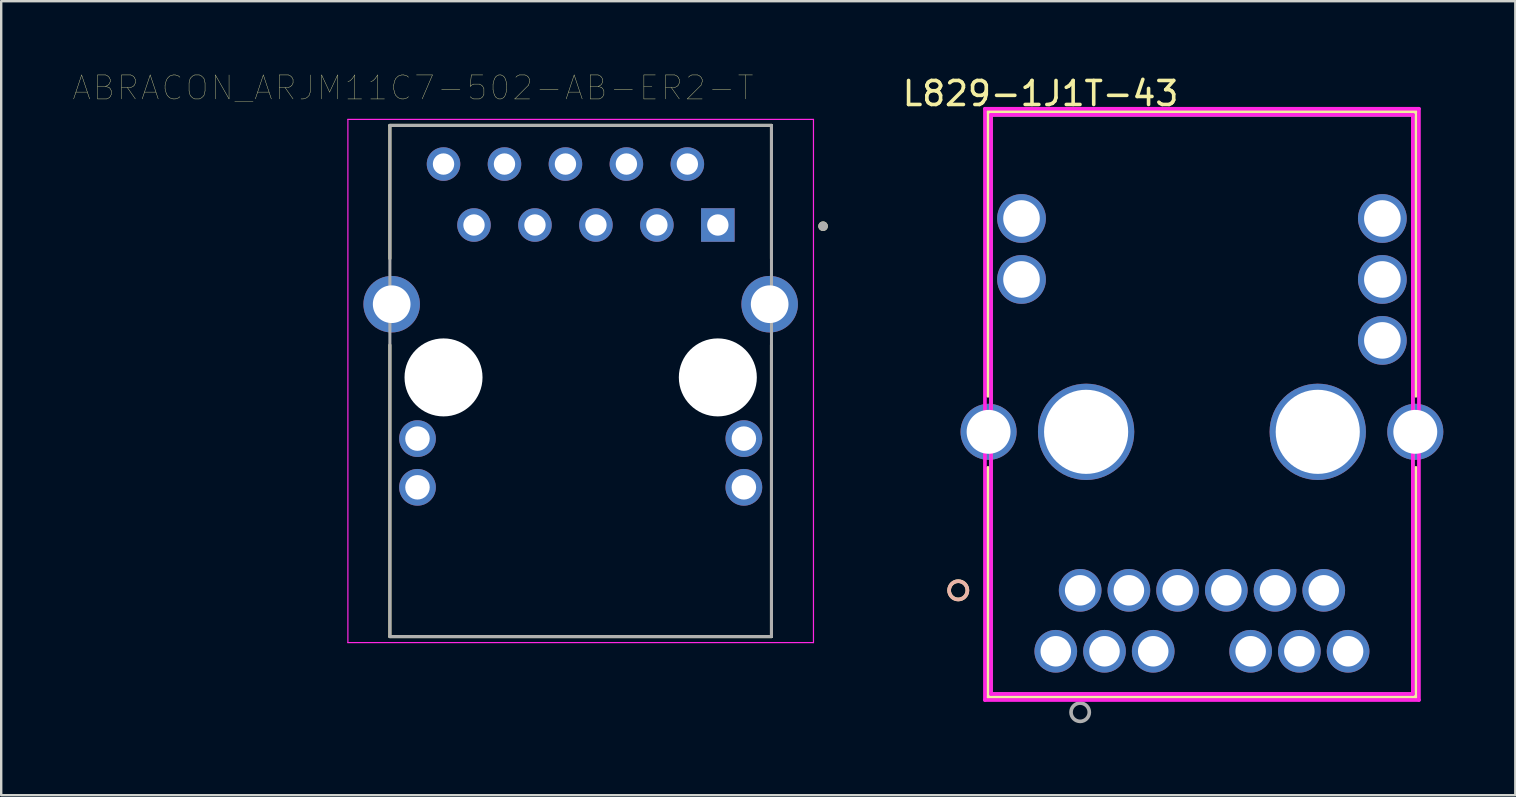
<source format=kicad_pcb>
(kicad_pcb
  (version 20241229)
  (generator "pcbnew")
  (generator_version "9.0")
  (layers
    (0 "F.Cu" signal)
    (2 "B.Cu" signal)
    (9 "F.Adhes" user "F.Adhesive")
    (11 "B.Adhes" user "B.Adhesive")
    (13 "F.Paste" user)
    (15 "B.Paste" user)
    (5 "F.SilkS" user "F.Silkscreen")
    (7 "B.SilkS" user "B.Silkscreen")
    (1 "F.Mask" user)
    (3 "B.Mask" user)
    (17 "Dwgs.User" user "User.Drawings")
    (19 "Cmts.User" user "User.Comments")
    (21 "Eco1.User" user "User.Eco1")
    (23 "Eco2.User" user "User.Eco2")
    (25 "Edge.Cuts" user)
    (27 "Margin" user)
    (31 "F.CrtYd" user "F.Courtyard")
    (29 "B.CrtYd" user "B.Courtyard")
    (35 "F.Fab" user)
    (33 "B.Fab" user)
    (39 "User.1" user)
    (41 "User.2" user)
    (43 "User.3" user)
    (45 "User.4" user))
  (footprint "L829-1J1T-43"
    (layer "F.Cu")
    (at 41.959 21.548)
    (property "Reference" "L829-1J1T-43" (at -1.65 -20.7 0) (layer "F.SilkS") (effects (font (size 1 1) (thickness 0.15))))
    (attr through_hole)
    (fp_line (start -3.841 -19.939) (end -3.841 -8.105) (stroke (width 0.152) (type solid)) (layer "F.SilkS"))
    (fp_line (start -3.841 -5.103) (end -3.841 4.445) (stroke (width 0.152) (type solid)) (layer "F.SilkS"))
    (fp_line (start -3.841 4.445) (end 13.989 4.445) (stroke (width 0.152) (type solid)) (layer "F.SilkS"))
    (fp_line (start 13.989 -19.939) (end -3.841 -19.939) (stroke (width 0.152) (type solid)) (layer "F.SilkS"))
    (fp_line (start 13.989 -8.105) (end 13.989 -19.939) (stroke (width 0.152) (type solid)) (layer "F.SilkS"))
    (fp_line (start 13.989 4.445) (end 13.989 -5.103) (stroke (width 0.152) (type solid)) (layer "F.SilkS"))
    (fp_circle (center -5.08 0) (end -4.699 0) (stroke (width 0.152) (type solid)) (fill no) (layer "F.SilkS"))
    (fp_circle (center -5.08 0) (end -4.699 0) (stroke (width 0.152) (type solid)) (fill no) (layer "B.SilkS"))
    (fp_line (start -3.968 -20.066) (end -3.968 4.572) (stroke (width 0.152) (type solid)) (layer "F.CrtYd"))
    (fp_line (start -3.968 4.572) (end 14.116 4.572) (stroke (width 0.152) (type solid)) (layer "F.CrtYd"))
    (fp_line (start -3.714 -19.812) (end -3.714 4.318) (stroke (width 0.152) (type solid)) (layer "F.CrtYd"))
    (fp_line (start -3.714 4.318) (end 13.862 4.318) (stroke (width 0.152) (type solid)) (layer "F.CrtYd"))
    (fp_line (start 13.862 -19.812) (end -3.714 -19.812) (stroke (width 0.152) (type solid)) (layer "F.CrtYd"))
    (fp_line (start 13.862 4.318) (end 13.862 -19.812) (stroke (width 0.152) (type solid)) (layer "F.CrtYd"))
    (fp_line (start 14.116 -20.066) (end -3.968 -20.066) (stroke (width 0.152) (type solid)) (layer "F.CrtYd"))
    (fp_line (start 14.116 4.572) (end 14.116 -20.066) (stroke (width 0.152) (type solid)) (layer "F.CrtYd"))
    (fp_line (start -3.714 -19.812) (end -3.714 4.318) (stroke (width 0.152) (type solid)) (layer "F.Fab"))
    (fp_line (start -3.714 4.318) (end 13.862 4.318) (stroke (width 0.152) (type solid)) (layer "F.Fab"))
    (fp_line (start 13.862 -19.812) (end -3.714 -19.812) (stroke (width 0.152) (type solid)) (layer "F.Fab"))
    (fp_line (start 13.862 4.318) (end 13.862 -19.812) (stroke (width 0.152) (type solid)) (layer "F.Fab"))
    (fp_circle (center 0 5.08) (end 0.381 5.08) (stroke (width 0.152) (type solid)) (fill no) (layer "F.Fab"))
    (pad "1" thru_hole circle (at 0 0) (size 1.778 1.778) (drill 1.27) (layers "*.Cu" "*.Mask"))
    (pad "2" thru_hole circle (at 2.03 0) (size 1.778 1.778) (drill 1.27) (layers "*.Cu" "*.Mask"))
    (pad "3" thru_hole circle (at 4.06 0) (size 1.778 1.778) (drill 1.27) (layers "*.Cu" "*.Mask"))
    (pad "4" thru_hole circle (at 6.09 0) (size 1.778 1.778) (drill 1.27) (layers "*.Cu" "*.Mask"))
    (pad "5" thru_hole circle (at 8.12 0) (size 1.778 1.778) (drill 1.27) (layers "*.Cu" "*.Mask"))
    (pad "6" thru_hole circle (at 10.15 0) (size 1.778 1.778) (drill 1.27) (layers "*.Cu" "*.Mask"))
    (pad "7" thru_hole circle (at -1.016 2.54) (size 1.778 1.778) (drill 1.27) (layers "*.Cu" "*.Mask"))
    (pad "8" thru_hole circle (at 1.014 2.54) (size 1.778 1.778) (drill 1.27) (layers "*.Cu" "*.Mask"))
    (pad "9" thru_hole circle (at 3.044 2.54) (size 1.778 1.778) (drill 1.27) (layers "*.Cu" "*.Mask"))
    (pad "10" thru_hole circle (at 7.104 2.54) (size 1.778 1.778) (drill 1.27) (layers "*.Cu" "*.Mask"))
    (pad "11" thru_hole circle (at 9.134 2.54) (size 1.778 1.778) (drill 1.27) (layers "*.Cu" "*.Mask"))
    (pad "12" thru_hole circle (at 11.164 2.54) (size 1.778 1.778) (drill 1.27) (layers "*.Cu" "*.Mask"))
    (pad "13" thru_hole circle (at -2.444 -12.954) (size 2.032 2.032) (drill 1.524) (layers "*.Cu" "*.Mask"))
    (pad "14" thru_hole circle (at -2.444 -15.494) (size 2.032 2.032) (drill 1.524) (layers "*.Cu" "*.Mask"))
    (pad "15" thru_hole circle (at 12.592 -10.414) (size 2.032 2.032) (drill 1.524) (layers "*.Cu" "*.Mask"))
    (pad "16" thru_hole circle (at 12.592 -12.954) (size 2.032 2.032) (drill 1.524) (layers "*.Cu" "*.Mask"))
    (pad "17" thru_hole circle (at 12.592 -15.494) (size 2.032 2.032) (drill 1.524) (layers "*.Cu" "*.Mask"))
    (pad "18" thru_hole circle (at 0.248 -6.604) (size 4.013 4.013) (drill 3.505) (layers "*.Cu" "*.Mask"))
    (pad "19" thru_hole circle (at 9.9 -6.604) (size 4.013 4.013) (drill 3.505) (layers "*.Cu" "*.Mask"))
    (pad "20" thru_hole circle (at -3.816 -6.604) (size 2.337 2.337) (drill 1.829) (layers "*.Cu" "*.Mask"))
    (pad "21" thru_hole circle (at 13.964 -6.604) (size 2.337 2.337) (drill 1.829) (layers "*.Cu" "*.Mask")))
  (footprint "ABRACON_ARJM11C7-502-AB-ER2-T"
    (layer "F.Cu")
    (at 21.146 12.676)
    (property "Reference" "ABRACON_ARJM11C7-502-AB-ER2-T" (at -6.985 -12.065 0) (layer "F.SilkS") (effects (font (size 1 1) (thickness 0.015))))
    (attr through_hole)
    (fp_line (start -7.95 -10.5) (end -7.95 -4.95) (stroke (width 0.127) (type solid)) (layer "F.SilkS"))
    (fp_line (start -7.95 -1.35) (end -7.95 10.8) (stroke (width 0.127) (type solid)) (layer "F.SilkS"))
    (fp_line (start -7.95 10.8) (end 7.95 10.8) (stroke (width 0.127) (type solid)) (layer "F.SilkS"))
    (fp_line (start 7.95 -10.5) (end -7.95 -10.5) (stroke (width 0.127) (type solid)) (layer "F.SilkS"))
    (fp_line (start 7.95 -4.95) (end 7.95 -10.5) (stroke (width 0.127) (type solid)) (layer "F.SilkS"))
    (fp_line (start 7.95 10.8) (end 7.95 -1.35) (stroke (width 0.127) (type solid)) (layer "F.SilkS"))
    (fp_circle (center 10.1 -6.3) (end 10.2 -6.3) (stroke (width 0.2) (type solid)) (fill no) (layer "F.SilkS"))
    (fp_line (start -9.7 -10.75) (end 9.7 -10.75) (stroke (width 0.05) (type solid)) (layer "F.CrtYd"))
    (fp_line (start -9.7 11.05) (end -9.7 -10.75) (stroke (width 0.05) (type solid)) (layer "F.CrtYd"))
    (fp_line (start 9.7 -10.75) (end 9.7 11.05) (stroke (width 0.05) (type solid)) (layer "F.CrtYd"))
    (fp_line (start 9.7 11.05) (end -9.7 11.05) (stroke (width 0.05) (type solid)) (layer "F.CrtYd"))
    (fp_line (start -7.95 -10.5) (end -7.95 10.8) (stroke (width 0.127) (type solid)) (layer "F.Fab"))
    (fp_line (start -7.95 10.8) (end 7.95 10.8) (stroke (width 0.127) (type solid)) (layer "F.Fab"))
    (fp_line (start 7.95 -10.5) (end -7.95 -10.5) (stroke (width 0.127) (type solid)) (layer "F.Fab"))
    (fp_line (start 7.95 10.8) (end 7.95 -10.5) (stroke (width 0.127) (type solid)) (layer "F.Fab"))
    (fp_circle (center 10.1 -6.3) (end 10.2 -6.3) (stroke (width 0.2) (type solid)) (fill no) (layer "F.Fab"))
    (pad "" np_thru_hole circle (at -5.715 0) (size 3.25 3.25) (drill 3.25) (layers "*.Cu" "*.Mask"))
    (pad "" np_thru_hole circle (at 5.715 0) (size 3.25 3.25) (drill 3.25) (layers "*.Cu" "*.Mask"))
    (pad "1" thru_hole rect (at 5.715 -6.35) (size 1.398 1.398) (drill 0.89) (layers "*.Cu" "*.Mask"))
    (pad "2" thru_hole circle (at 4.445 -8.89) (size 1.398 1.398) (drill 0.89) (layers "*.Cu" "*.Mask"))
    (pad "3" thru_hole circle (at 3.175 -6.35) (size 1.398 1.398) (drill 0.89) (layers "*.Cu" "*.Mask"))
    (pad "4" thru_hole circle (at 1.905 -8.89) (size 1.398 1.398) (drill 0.89) (layers "*.Cu" "*.Mask"))
    (pad "5" thru_hole circle (at 0.635 -6.35) (size 1.398 1.398) (drill 0.89) (layers "*.Cu" "*.Mask"))
    (pad "6" thru_hole circle (at -0.635 -8.89) (size 1.398 1.398) (drill 0.89) (layers "*.Cu" "*.Mask"))
    (pad "7" thru_hole circle (at -1.905 -6.35) (size 1.398 1.398) (drill 0.89) (layers "*.Cu" "*.Mask"))
    (pad "8" thru_hole circle (at -3.175 -8.89) (size 1.398 1.398) (drill 0.89) (layers "*.Cu" "*.Mask"))
    (pad "9" thru_hole circle (at -4.445 -6.35) (size 1.398 1.398) (drill 0.89) (layers "*.Cu" "*.Mask"))
    (pad "10" thru_hole circle (at -5.715 -8.89) (size 1.398 1.398) (drill 0.89) (layers "*.Cu" "*.Mask"))
    (pad "L1" thru_hole circle (at -6.8 2.55) (size 1.53 1.53) (drill 1.02) (layers "*.Cu" "*.Mask"))
    (pad "L2" thru_hole circle (at -6.8 4.58) (size 1.53 1.53) (drill 1.02) (layers "*.Cu" "*.Mask"))
    (pad "L3" thru_hole circle (at 6.8 2.55) (size 1.53 1.53) (drill 1.02) (layers "*.Cu" "*.Mask"))
    (pad "L4" thru_hole circle (at 6.8 4.58) (size 1.53 1.53) (drill 1.02) (layers "*.Cu" "*.Mask"))
    (pad "S1" thru_hole circle (at -7.875 -3.05) (size 2.355 2.355) (drill 1.57) (layers "*.Cu" "*.Mask"))
    (pad "S2" thru_hole circle (at 7.875 -3.05) (size 2.355 2.355) (drill 1.57) (layers "*.Cu" "*.Mask")))
  (gr_rect
    (start -3 -3)
    (end 60.091 30.085)
    (stroke (width 0.1) (type default))
    (fill no)
    (layer "Edge.Cuts")))
</source>
